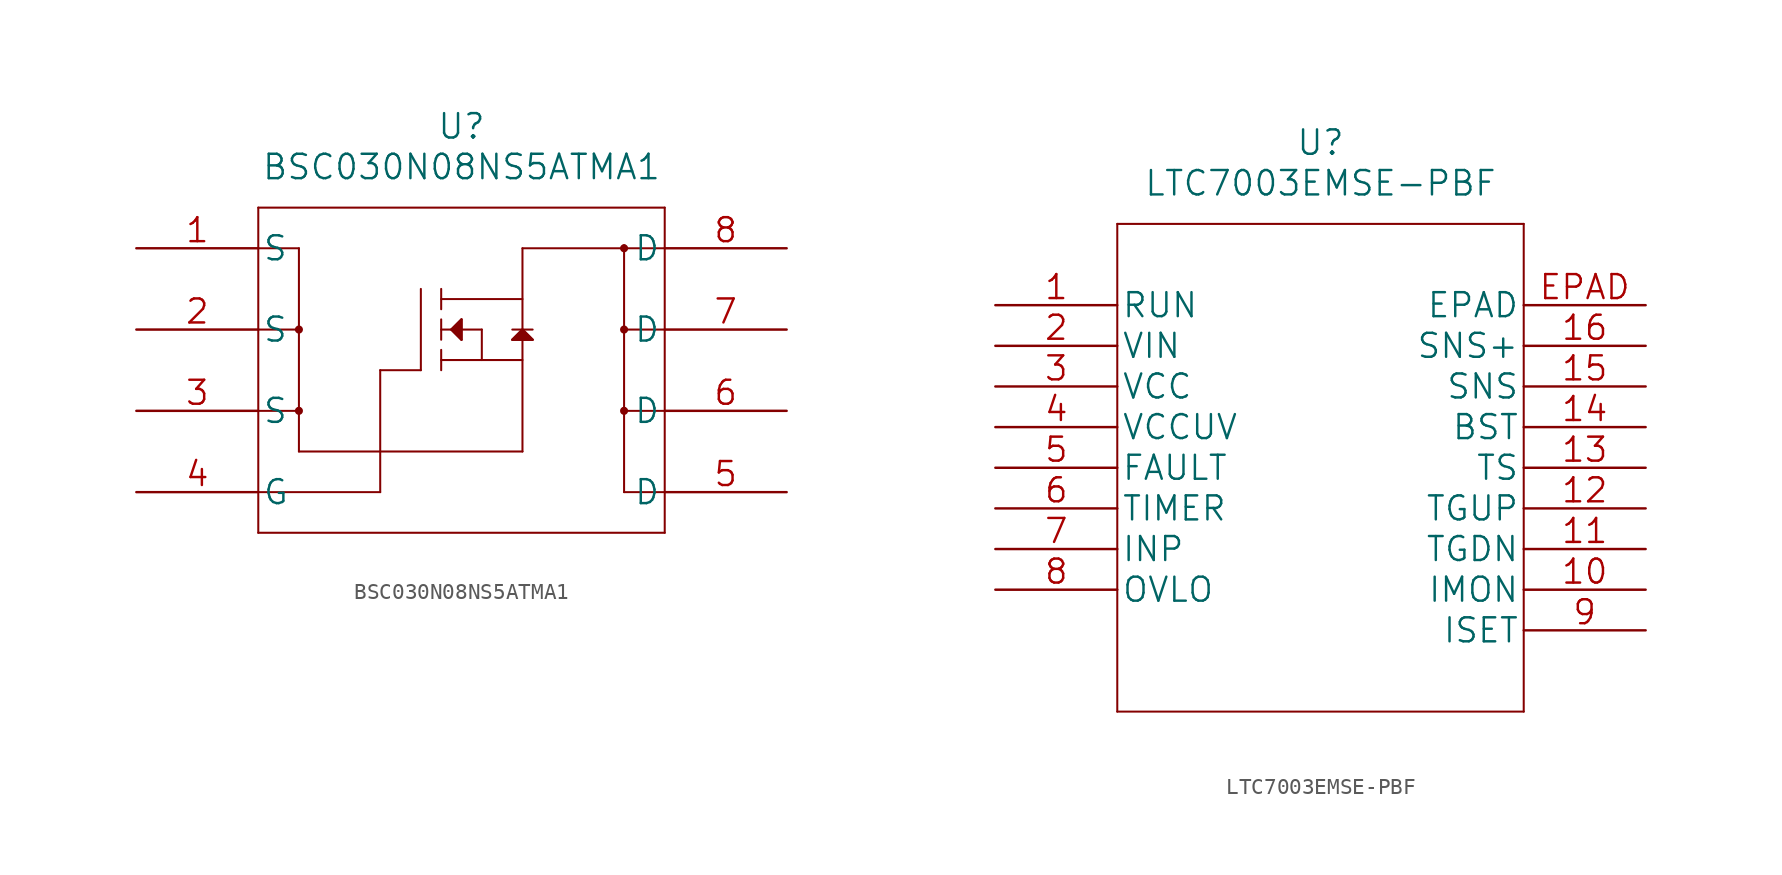
<source format=kicad_sym>
(kicad_symbol_lib
  (version 20211014)
  (generator kicad_symbol_editor)
  (symbol "BSC030N08NS5ATMA1"
    (pin_names
      (offset 0.254))
    (property "Reference" "U"
      (at 20.32 7.62 0)
      (effects (font (size 1.524 1.524))))
    (property "Value" "BSC030N08NS5ATMA1"
      (at 20.32 5.08 0)
      (effects (font (size 1.524 1.524))))
    (property "Datasheet" ""
      (at 0 0 0)
      (effects (font (size 1.524 1.524))))
    (property "ki_locked" ""
      (at 0 0 0)
      (effects (font (size 1.27 1.27))))
    (symbol "BSC030N08NS5ATMA1_1_1"
      (polyline (pts (xy 7.62 -17.78) (xy 33.02 -17.78)) (stroke (width 0.127) (type default) (color 0 0 0 0)) (fill (type none)))
      (polyline (pts (xy 7.62 -15.24) (xy 15.24 -15.24)) (stroke (width 0.127) (type default) (color 0 0 0 0)) (fill (type none)))
      (polyline (pts (xy 7.62 -10.16) (xy 10.16 -10.16)) (stroke (width 0.127) (type default) (color 0 0 0 0)) (fill (type none)))
      (polyline (pts (xy 7.62 -5.08) (xy 10.16 -5.08)) (stroke (width 0.127) (type default) (color 0 0 0 0)) (fill (type none)))
      (polyline (pts (xy 7.62 0) (xy 10.16 0)) (stroke (width 0.127) (type default) (color 0 0 0 0)) (fill (type none)))
      (polyline (pts (xy 7.62 2.54) (xy 7.62 -17.78)) (stroke (width 0.127) (type default) (color 0 0 0 0)) (fill (type none)))
      (polyline (pts (xy 10.16 0) (xy 10.16 -12.7)) (stroke (width 0.127) (type default) (color 0 0 0 0)) (fill (type none)))
      (polyline (pts (xy 15.24 -7.62) (xy 15.24 -15.24)) (stroke (width 0.127) (type default) (color 0 0 0 0)) (fill (type none)))
      (polyline (pts (xy 15.24 -7.62) (xy 17.78 -7.62)) (stroke (width 0.127) (type default) (color 0 0 0 0)) (fill (type none)))
      (polyline (pts (xy 17.78 -2.54) (xy 17.78 -7.62)) (stroke (width 0.127) (type default) (color 0 0 0 0)) (fill (type none)))
      (polyline (pts (xy 19.05 -6.985) (xy 24.13 -6.985)) (stroke (width 0.127) (type default) (color 0 0 0 0)) (fill (type none)))
      (polyline (pts (xy 19.05 -6.35) (xy 19.05 -7.62)) (stroke (width 0.127) (type default) (color 0 0 0 0)) (fill (type none)))
      (polyline (pts (xy 19.05 -5.08) (xy 21.59 -5.08)) (stroke (width 0.127) (type default) (color 0 0 0 0)) (fill (type none)))
      (polyline (pts (xy 19.05 -4.445) (xy 19.05 -5.715)) (stroke (width 0.127) (type default) (color 0 0 0 0)) (fill (type none)))
      (polyline (pts (xy 19.05 -3.175) (xy 24.13 -3.175)) (stroke (width 0.127) (type default) (color 0 0 0 0)) (fill (type none)))
      (polyline (pts (xy 19.05 -2.54) (xy 19.05 -3.81)) (stroke (width 0.127) (type default) (color 0 0 0 0)) (fill (type none)))
      (polyline (pts (xy 19.685 -5.08) (xy 20.32 -4.445)) (stroke (width 0.127) (type default) (color 0 0 0 0)) (fill (type none)))
      (polyline (pts (xy 20.32 -5.715) (xy 19.685 -5.08)) (stroke (width 0.127) (type default) (color 0 0 0 0)) (fill (type none)))
      (polyline (pts (xy 20.32 -4.445) (xy 20.32 -5.715)) (stroke (width 0.127) (type default) (color 0 0 0 0)) (fill (type none)))
      (polyline (pts (xy 21.59 -5.08) (xy 21.59 -6.985)) (stroke (width 0.127) (type default) (color 0 0 0 0)) (fill (type none)))
      (polyline (pts (xy 23.495 -5.715) (xy 24.765 -5.715)) (stroke (width 0.127) (type default) (color 0 0 0 0)) (fill (type none)))
      (polyline (pts (xy 23.495 -5.08) (xy 24.765 -5.08)) (stroke (width 0.127) (type default) (color 0 0 0 0)) (fill (type none)))
      (polyline (pts (xy 24.13 -12.7) (xy 10.16 -12.7)) (stroke (width 0.127) (type default) (color 0 0 0 0)) (fill (type none)))
      (polyline (pts (xy 24.13 -5.08) (xy 23.495 -5.715)) (stroke (width 0.127) (type default) (color 0 0 0 0)) (fill (type none)))
      (polyline (pts (xy 24.13 0) (xy 24.13 -12.7)) (stroke (width 0.127) (type default) (color 0 0 0 0)) (fill (type none)))
      (polyline (pts (xy 24.13 0) (xy 33.02 0)) (stroke (width 0.127) (type default) (color 0 0 0 0)) (fill (type none)))
      (polyline (pts (xy 24.765 -5.715) (xy 24.13 -5.08)) (stroke (width 0.127) (type default) (color 0 0 0 0)) (fill (type none)))
      (polyline (pts (xy 30.48 -15.24) (xy 33.02 -15.24)) (stroke (width 0.127) (type default) (color 0 0 0 0)) (fill (type none)))
      (polyline (pts (xy 30.48 -10.16) (xy 33.02 -10.16)) (stroke (width 0.127) (type default) (color 0 0 0 0)) (fill (type none)))
      (polyline (pts (xy 30.48 -5.08) (xy 33.02 -5.08)) (stroke (width 0.127) (type default) (color 0 0 0 0)) (fill (type none)))
      (polyline (pts (xy 30.48 0) (xy 30.48 -15.24)) (stroke (width 0.127) (type default) (color 0 0 0 0)) (fill (type none)))
      (polyline (pts (xy 33.02 -17.78) (xy 33.02 2.54)) (stroke (width 0.127) (type default) (color 0 0 0 0)) (fill (type none)))
      (polyline (pts (xy 33.02 2.54) (xy 7.62 2.54)) (stroke (width 0.127) (type default) (color 0 0 0 0)) (fill (type none)))
      (polyline (pts (xy 19.685 -5.08) (xy 20.32 -4.445) (xy 20.32 -5.715) (xy 19.685 -5.08)) (stroke (width 0) (type default) (color 0 0 0 0)) (fill (type outline)))
      (polyline (pts (xy 24.13 -5.08) (xy 23.495 -5.715) (xy 24.765 -5.715) (xy 24.13 -5.08)) (stroke (width 0) (type default) (color 0 0 0 0)) (fill (type outline)))
      (circle (center 10.16 -10.16) (radius 0.127) (stroke (width 0.254) (type default) (color 0 0 0 0)) (fill (type none)))
      (arc (start 10.16 -10.033) (mid 10.16 -10.287) (end 10.16 -10.033) (stroke (width 0.254) (type default) (color 0 0 0 0)) (fill (type none)))
      (circle (center 10.16 -5.08) (radius 0.127) (stroke (width 0.254) (type default) (color 0 0 0 0)) (fill (type none)))
      (arc (start 10.16 -4.953) (mid 10.16 -5.207) (end 10.16 -4.953) (stroke (width 0.254) (type default) (color 0 0 0 0)) (fill (type none)))
      (circle (center 30.48 -10.16) (radius 0.127) (stroke (width 0.254) (type default) (color 0 0 0 0)) (fill (type none)))
      (arc (start 30.48 -10.033) (mid 30.48 -10.287) (end 30.48 -10.033) (stroke (width 0.254) (type default) (color 0 0 0 0)) (fill (type none)))
      (circle (center 30.48 -5.08) (radius 0.127) (stroke (width 0.254) (type default) (color 0 0 0 0)) (fill (type none)))
      (arc (start 30.48 -4.953) (mid 30.48 -5.207) (end 30.48 -4.953) (stroke (width 0.254) (type default) (color 0 0 0 0)) (fill (type none)))
      (circle (center 30.48 0) (radius 0.127) (stroke (width 0.254) (type default) (color 0 0 0 0)) (fill (type none)))
      (arc (start 30.48 0.127) (mid 30.48 -0.127) (end 30.48 0.127) (stroke (width 0.254) (type default) (color 0 0 0 0)) (fill (type none)))
      (pin unspecified line (at 0 0 0) (length 7.62) (name "S" (effects (font (size 1.499 1.499)))) (number "1" (effects (font (size 1.499 1.499)))))
      (pin unspecified line (at 0 -5.08 0) (length 7.62) (name "S" (effects (font (size 1.499 1.499)))) (number "2" (effects (font (size 1.499 1.499)))))
      (pin unspecified line (at 0 -10.16 0) (length 7.62) (name "S" (effects (font (size 1.499 1.499)))) (number "3" (effects (font (size 1.499 1.499)))))
      (pin unspecified line (at 0 -15.24 0) (length 7.62) (name "G" (effects (font (size 1.499 1.499)))) (number "4" (effects (font (size 1.499 1.499)))))
      (pin unspecified line (at 40.64 -15.24 180) (length 7.62) (name "D" (effects (font (size 1.499 1.499)))) (number "5" (effects (font (size 1.499 1.499)))))
      (pin unspecified line (at 40.64 -10.16 180) (length 7.62) (name "D" (effects (font (size 1.499 1.499)))) (number "6" (effects (font (size 1.499 1.499)))))
      (pin unspecified line (at 40.64 -5.08 180) (length 7.62) (name "D" (effects (font (size 1.499 1.499)))) (number "7" (effects (font (size 1.499 1.499)))))
      (pin unspecified line (at 40.64 0 180) (length 7.62) (name "D" (effects (font (size 1.499 1.499)))) (number "8" (effects (font (size 1.499 1.499)))))))
  (symbol "LTC7003EMSE-PBF"
    (pin_names
      (offset 0.254))
    (property "Reference" "U"
      (at 20.32 10.16 0)
      (effects (font (size 1.524 1.524))))
    (property "Value" "LTC7003EMSE-PBF"
      (at 20.32 7.62 0)
      (effects (font (size 1.524 1.524))))
    (property "Datasheet" ""
      (at 0 0 0)
      (effects (font (size 1.524 1.524))))
    (property "ki_locked" ""
      (at 0 0 0)
      (effects (font (size 1.27 1.27))))
    (symbol "LTC7003EMSE-PBF_1_1"
      (polyline (pts (xy 7.62 -25.4) (xy 33.02 -25.4)) (stroke (width 0.127) (type default) (color 0 0 0 0)) (fill (type none)))
      (polyline (pts (xy 7.62 5.08) (xy 7.62 -25.4)) (stroke (width 0.127) (type default) (color 0 0 0 0)) (fill (type none)))
      (polyline (pts (xy 33.02 -25.4) (xy 33.02 5.08)) (stroke (width 0.127) (type default) (color 0 0 0 0)) (fill (type none)))
      (polyline (pts (xy 33.02 5.08) (xy 7.62 5.08)) (stroke (width 0.127) (type default) (color 0 0 0 0)) (fill (type none)))
      (pin unspecified line (at 0 0 0) (length 7.62) (name "RUN" (effects (font (size 1.499 1.499)))) (number "1" (effects (font (size 1.499 1.499)))))
      (pin unspecified line (at 40.64 -17.78 180) (length 7.62) (name "IMON" (effects (font (size 1.499 1.499)))) (number "10" (effects (font (size 1.499 1.499)))))
      (pin unspecified line (at 40.64 -15.24 180) (length 7.62) (name "TGDN" (effects (font (size 1.499 1.499)))) (number "11" (effects (font (size 1.499 1.499)))))
      (pin unspecified line (at 40.64 -12.7 180) (length 7.62) (name "TGUP" (effects (font (size 1.499 1.499)))) (number "12" (effects (font (size 1.499 1.499)))))
      (pin unspecified line (at 40.64 -10.16 180) (length 7.62) (name "TS" (effects (font (size 1.499 1.499)))) (number "13" (effects (font (size 1.499 1.499)))))
      (pin unspecified line (at 40.64 -7.62 180) (length 7.62) (name "BST" (effects (font (size 1.499 1.499)))) (number "14" (effects (font (size 1.499 1.499)))))
      (pin unspecified line (at 40.64 -5.08 180) (length 7.62) (name "SNS" (effects (font (size 1.499 1.499)))) (number "15" (effects (font (size 1.499 1.499)))))
      (pin unspecified line (at 40.64 -2.54 180) (length 7.62) (name "SNS+" (effects (font (size 1.499 1.499)))) (number "16" (effects (font (size 1.499 1.499)))))
      (pin unspecified line (at 0 -2.54 0) (length 7.62) (name "VIN" (effects (font (size 1.499 1.499)))) (number "2" (effects (font (size 1.499 1.499)))))
      (pin power_in line (at 0 -5.08 0) (length 7.62) (name "VCC" (effects (font (size 1.499 1.499)))) (number "3" (effects (font (size 1.499 1.499)))))
      (pin power_in line (at 0 -7.62 0) (length 7.62) (name "VCCUV" (effects (font (size 1.499 1.499)))) (number "4" (effects (font (size 1.499 1.499)))))
      (pin unspecified line (at 0 -10.16 0) (length 7.62) (name "FAULT" (effects (font (size 1.499 1.499)))) (number "5" (effects (font (size 1.499 1.499)))))
      (pin unspecified line (at 0 -12.7 0) (length 7.62) (name "TIMER" (effects (font (size 1.499 1.499)))) (number "6" (effects (font (size 1.499 1.499)))))
      (pin unspecified line (at 0 -15.24 0) (length 7.62) (name "INP" (effects (font (size 1.499 1.499)))) (number "7" (effects (font (size 1.499 1.499)))))
      (pin unspecified line (at 0 -17.78 0) (length 7.62) (name "OVLO" (effects (font (size 1.499 1.499)))) (number "8" (effects (font (size 1.499 1.499)))))
      (pin unspecified line (at 40.64 -20.32 180) (length 7.62) (name "ISET" (effects (font (size 1.499 1.499)))) (number "9" (effects (font (size 1.499 1.499)))))
      (pin unspecified line (at 40.64 0 180) (length 7.62) (name "EPAD" (effects (font (size 1.499 1.499)))) (number "EPAD" (effects (font (size 1.499 1.499))))))))
</source>
